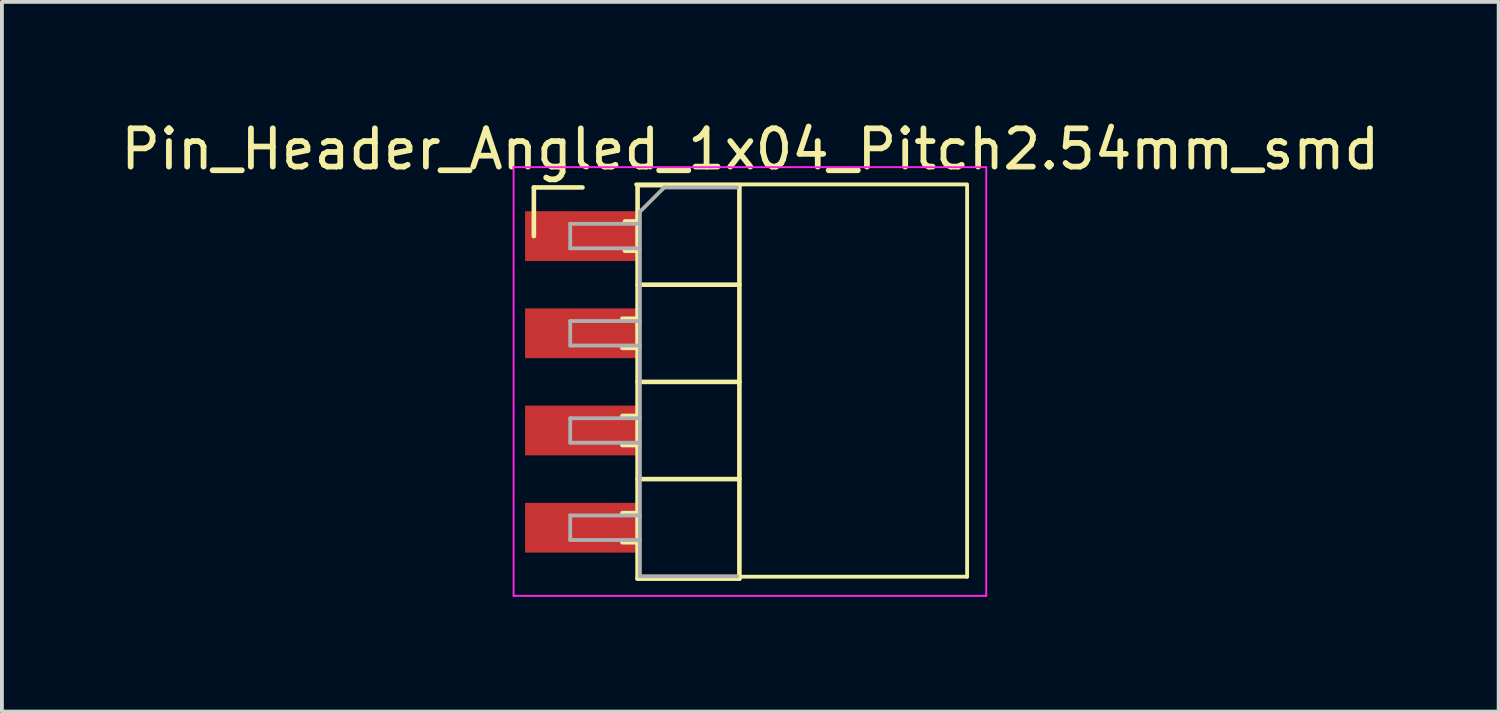
<source format=kicad_pcb>
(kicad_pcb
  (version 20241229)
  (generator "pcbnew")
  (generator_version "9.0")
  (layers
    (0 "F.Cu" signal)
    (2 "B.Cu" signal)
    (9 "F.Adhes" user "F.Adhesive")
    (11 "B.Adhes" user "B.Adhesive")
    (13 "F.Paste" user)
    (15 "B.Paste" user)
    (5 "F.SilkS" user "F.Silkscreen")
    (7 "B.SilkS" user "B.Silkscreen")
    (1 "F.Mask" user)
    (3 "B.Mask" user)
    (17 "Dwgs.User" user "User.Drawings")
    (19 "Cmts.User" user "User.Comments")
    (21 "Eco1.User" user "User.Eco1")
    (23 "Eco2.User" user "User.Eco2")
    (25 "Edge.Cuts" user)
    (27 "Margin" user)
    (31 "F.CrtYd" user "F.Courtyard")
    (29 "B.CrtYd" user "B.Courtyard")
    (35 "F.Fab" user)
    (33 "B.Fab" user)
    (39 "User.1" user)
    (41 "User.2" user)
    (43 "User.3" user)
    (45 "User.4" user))
  (footprint "Pin_Header_Angled_1x04_Pitch2.54mm_smd"
    (layer "F.Cu")
    (at 12.169 3.118)
    (property "Reference" "Pin_Header_Angled_1x04_Pitch2.54mm_smd" (at 4.385 -2.27 0) (layer "F.SilkS") (effects (font (size 1 1) (thickness 0.15))))
    (attr through_hole)
    (fp_line (start -1.27 -1.27) (end 0 -1.27) (stroke (width 0.12) (type solid)) (layer "F.SilkS"))
    (fp_line (start -1.27 0) (end -1.27 -1.27) (stroke (width 0.12) (type solid)) (layer "F.SilkS"))
    (fp_line (start 1.043 2.16) (end 1.44 2.16) (stroke (width 0.12) (type solid)) (layer "F.SilkS"))
    (fp_line (start 1.043 2.92) (end 1.44 2.92) (stroke (width 0.12) (type solid)) (layer "F.SilkS"))
    (fp_line (start 1.043 4.7) (end 1.44 4.7) (stroke (width 0.12) (type solid)) (layer "F.SilkS"))
    (fp_line (start 1.043 5.46) (end 1.44 5.46) (stroke (width 0.12) (type solid)) (layer "F.SilkS"))
    (fp_line (start 1.043 7.24) (end 1.44 7.24) (stroke (width 0.12) (type solid)) (layer "F.SilkS"))
    (fp_line (start 1.043 8) (end 1.44 8) (stroke (width 0.12) (type solid)) (layer "F.SilkS"))
    (fp_line (start 1.11 -0.38) (end 1.44 -0.38) (stroke (width 0.12) (type solid)) (layer "F.SilkS"))
    (fp_line (start 1.11 0.38) (end 1.44 0.38) (stroke (width 0.12) (type solid)) (layer "F.SilkS"))
    (fp_line (start 1.44 -1.33) (end 1.44 8.95) (stroke (width 0.12) (type solid)) (layer "F.SilkS"))
    (fp_line (start 1.44 1.27) (end 4.1 1.27) (stroke (width 0.12) (type solid)) (layer "F.SilkS"))
    (fp_line (start 1.44 3.81) (end 4.1 3.81) (stroke (width 0.12) (type solid)) (layer "F.SilkS"))
    (fp_line (start 1.44 6.35) (end 4.1 6.35) (stroke (width 0.12) (type solid)) (layer "F.SilkS"))
    (fp_line (start 1.44 8.95) (end 4.1 8.95) (stroke (width 0.12) (type solid)) (layer "F.SilkS"))
    (fp_line (start 1.45 8.9) (end 10.05 8.9) (stroke (width 0.1) (type solid)) (layer "F.SilkS"))
    (fp_line (start 4.1 -1.33) (end 1.44 -1.33) (stroke (width 0.12) (type solid)) (layer "F.SilkS"))
    (fp_line (start 4.1 8.95) (end 4.1 -1.33) (stroke (width 0.12) (type solid)) (layer "F.SilkS"))
    (fp_line (start 10.05 -1.35) (end 1.4 -1.35) (stroke (width 0.1) (type solid)) (layer "F.SilkS"))
    (fp_line (start 10.05 8.9) (end 10.05 -1.3) (stroke (width 0.1) (type solid)) (layer "F.SilkS"))
    (fp_line (start -1.8 -1.8) (end -1.8 9.4) (stroke (width 0.05) (type solid)) (layer "F.CrtYd"))
    (fp_line (start -1.8 9.4) (end 10.55 9.4) (stroke (width 0.05) (type solid)) (layer "F.CrtYd"))
    (fp_line (start 10.55 -1.8) (end -1.8 -1.8) (stroke (width 0.05) (type solid)) (layer "F.CrtYd"))
    (fp_line (start 10.55 9.4) (end 10.55 -1.8) (stroke (width 0.05) (type solid)) (layer "F.CrtYd"))
    (fp_line (start -0.32 -0.32) (end -0.32 0.32) (stroke (width 0.1) (type solid)) (layer "F.Fab"))
    (fp_line (start -0.32 -0.32) (end 1.5 -0.32) (stroke (width 0.1) (type solid)) (layer "F.Fab"))
    (fp_line (start -0.32 0.32) (end 1.5 0.32) (stroke (width 0.1) (type solid)) (layer "F.Fab"))
    (fp_line (start -0.32 2.22) (end -0.32 2.86) (stroke (width 0.1) (type solid)) (layer "F.Fab"))
    (fp_line (start -0.32 2.22) (end 1.5 2.22) (stroke (width 0.1) (type solid)) (layer "F.Fab"))
    (fp_line (start -0.32 2.86) (end 1.5 2.86) (stroke (width 0.1) (type solid)) (layer "F.Fab"))
    (fp_line (start -0.32 4.76) (end -0.32 5.4) (stroke (width 0.1) (type solid)) (layer "F.Fab"))
    (fp_line (start -0.32 4.76) (end 1.5 4.76) (stroke (width 0.1) (type solid)) (layer "F.Fab"))
    (fp_line (start -0.32 5.4) (end 1.5 5.4) (stroke (width 0.1) (type solid)) (layer "F.Fab"))
    (fp_line (start -0.32 7.3) (end -0.32 7.94) (stroke (width 0.1) (type solid)) (layer "F.Fab"))
    (fp_line (start -0.32 7.3) (end 1.5 7.3) (stroke (width 0.1) (type solid)) (layer "F.Fab"))
    (fp_line (start -0.32 7.94) (end 1.5 7.94) (stroke (width 0.1) (type solid)) (layer "F.Fab"))
    (fp_line (start 1.5 -0.635) (end 2.135 -1.27) (stroke (width 0.1) (type solid)) (layer "F.Fab"))
    (fp_line (start 1.5 8.89) (end 1.5 -0.635) (stroke (width 0.1) (type solid)) (layer "F.Fab"))
    (fp_line (start 2.135 -1.27) (end 4.04 -1.27) (stroke (width 0.1) (type solid)) (layer "F.Fab"))
    (fp_line (start 4.04 8.89) (end 1.5 8.89) (stroke (width 0.1) (type solid)) (layer "F.Fab"))
    (pad "1" smd rect (at 0 0) (size 3 1.3) (layers "F.Cu" "F.Mask" "F.Paste"))
    (pad "2" smd rect (at 0 2.54) (size 3 1.3) (layers "F.Cu" "F.Mask" "F.Paste"))
    (pad "3" smd rect (at 0 5.08) (size 3 1.3) (layers "F.Cu" "F.Mask" "F.Paste"))
    (pad "4" smd rect (at 0 7.62) (size 3 1.3) (layers "F.Cu" "F.Mask" "F.Paste")))
  (gr_rect
    (start -3 -3)
    (end 36.107 15.543)
    (stroke (width 0.1) (type default))
    (fill no)
    (layer "Edge.Cuts")))
</source>
